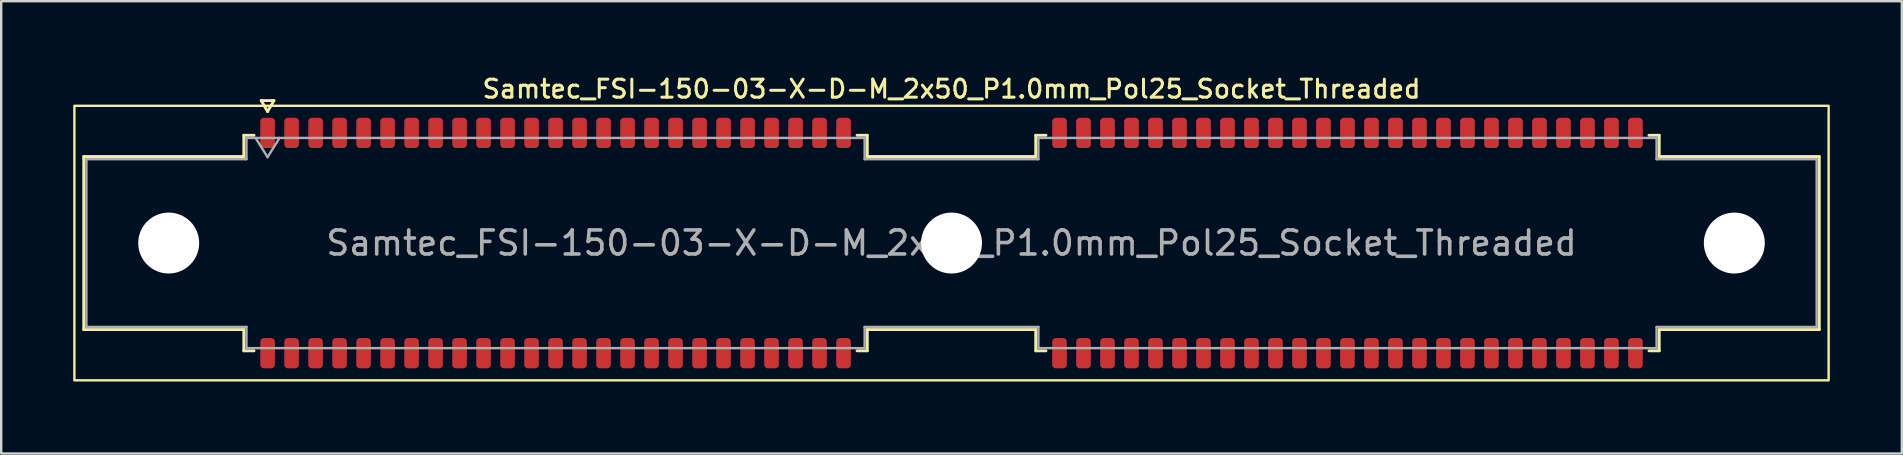
<source format=kicad_pcb>
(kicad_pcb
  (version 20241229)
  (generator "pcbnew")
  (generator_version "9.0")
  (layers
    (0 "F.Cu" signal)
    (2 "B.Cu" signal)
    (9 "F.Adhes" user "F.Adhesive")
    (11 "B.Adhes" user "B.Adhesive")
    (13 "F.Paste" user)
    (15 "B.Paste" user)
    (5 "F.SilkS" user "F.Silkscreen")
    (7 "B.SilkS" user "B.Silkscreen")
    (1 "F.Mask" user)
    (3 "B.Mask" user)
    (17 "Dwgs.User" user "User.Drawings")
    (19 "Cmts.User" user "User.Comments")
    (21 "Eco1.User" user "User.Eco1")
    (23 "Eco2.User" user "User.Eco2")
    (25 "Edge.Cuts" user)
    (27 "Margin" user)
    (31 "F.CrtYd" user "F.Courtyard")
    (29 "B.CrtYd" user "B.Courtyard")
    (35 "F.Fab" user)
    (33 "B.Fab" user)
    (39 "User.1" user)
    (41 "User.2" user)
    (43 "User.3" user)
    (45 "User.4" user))
  (footprint "Samtec_FSI-150-03-X-D-M_2x50_P1.0mm_Pol25_Socket_Threaded"
    (layer "F.Cu")
    (at 36.6 7.078)
    (property "Reference" "Samtec_FSI-150-03-X-D-M_2x50_P1.0mm_Pol25_Socket_Threaded" (at 0 -6.42 0) (layer "F.SilkS") (effects (font (size 0.75 0.75) (thickness 0.125))))
    (attr smd)
    (fp_line (start -36.16 -3.605) (end -29.49 -3.605) (stroke (width 0.12) (type solid)) (layer "F.SilkS"))
    (fp_line (start -36.16 3.605) (end -36.16 -3.605) (stroke (width 0.12) (type solid)) (layer "F.SilkS"))
    (fp_line (start -29.49 -4.49) (end -29.065 -4.49) (stroke (width 0.12) (type solid)) (layer "F.SilkS"))
    (fp_line (start -29.49 -3.605) (end -29.49 -4.49) (stroke (width 0.12) (type solid)) (layer "F.SilkS"))
    (fp_line (start -29.49 3.605) (end -36.16 3.605) (stroke (width 0.12) (type solid)) (layer "F.SilkS"))
    (fp_line (start -29.49 4.49) (end -29.49 3.605) (stroke (width 0.12) (type solid)) (layer "F.SilkS"))
    (fp_line (start -29.065 4.49) (end -29.49 4.49) (stroke (width 0.12) (type solid)) (layer "F.SilkS"))
    (fp_line (start -28.764 -5.938) (end -28.5 -5.48) (stroke (width 0.12) (type solid)) (layer "F.SilkS"))
    (fp_line (start -28.5 -5.48) (end -28.236 -5.938) (stroke (width 0.12) (type solid)) (layer "F.SilkS"))
    (fp_line (start -28.236 -5.938) (end -28.764 -5.938) (stroke (width 0.12) (type solid)) (layer "F.SilkS"))
    (fp_line (start -3.935 -4.49) (end -3.51 -4.49) (stroke (width 0.12) (type solid)) (layer "F.SilkS"))
    (fp_line (start -3.51 -4.49) (end -3.51 -3.605) (stroke (width 0.12) (type solid)) (layer "F.SilkS"))
    (fp_line (start -3.51 -3.605) (end 3.51 -3.605) (stroke (width 0.12) (type solid)) (layer "F.SilkS"))
    (fp_line (start -3.51 3.605) (end -3.51 4.49) (stroke (width 0.12) (type solid)) (layer "F.SilkS"))
    (fp_line (start -3.51 4.49) (end -3.935 4.49) (stroke (width 0.12) (type solid)) (layer "F.SilkS"))
    (fp_line (start 3.51 -4.49) (end 3.935 -4.49) (stroke (width 0.12) (type solid)) (layer "F.SilkS"))
    (fp_line (start 3.51 -3.605) (end 3.51 -4.49) (stroke (width 0.12) (type solid)) (layer "F.SilkS"))
    (fp_line (start 3.51 3.605) (end -3.51 3.605) (stroke (width 0.12) (type solid)) (layer "F.SilkS"))
    (fp_line (start 3.51 4.49) (end 3.51 3.605) (stroke (width 0.12) (type solid)) (layer "F.SilkS"))
    (fp_line (start 3.935 4.49) (end 3.51 4.49) (stroke (width 0.12) (type solid)) (layer "F.SilkS"))
    (fp_line (start 29.065 -4.49) (end 29.49 -4.49) (stroke (width 0.12) (type solid)) (layer "F.SilkS"))
    (fp_line (start 29.49 -4.49) (end 29.49 -3.605) (stroke (width 0.12) (type solid)) (layer "F.SilkS"))
    (fp_line (start 29.49 -3.605) (end 36.16 -3.605) (stroke (width 0.12) (type solid)) (layer "F.SilkS"))
    (fp_line (start 29.49 3.605) (end 29.49 4.49) (stroke (width 0.12) (type solid)) (layer "F.SilkS"))
    (fp_line (start 29.49 4.49) (end 29.065 4.49) (stroke (width 0.12) (type solid)) (layer "F.SilkS"))
    (fp_line (start 36.16 -3.605) (end 36.16 3.605) (stroke (width 0.12) (type solid)) (layer "F.SilkS"))
    (fp_line (start 36.16 3.605) (end 29.49 3.605) (stroke (width 0.12) (type solid)) (layer "F.SilkS"))
    (fp_rect (start -36.55 -5.72) (end 36.55 5.72) (stroke (width 0.1) (type solid)) (fill no) (layer "F.SilkS"))
    (fp_line (start -36.05 -3.495) (end -29.38 -3.495) (stroke (width 0.1) (type solid)) (layer "F.Fab"))
    (fp_line (start -36.05 3.495) (end -36.05 -3.495) (stroke (width 0.1) (type solid)) (layer "F.Fab"))
    (fp_line (start -29.38 -4.38) (end -3.62 -4.38) (stroke (width 0.1) (type solid)) (layer "F.Fab"))
    (fp_line (start -29.38 -3.495) (end -29.38 -4.38) (stroke (width 0.1) (type solid)) (layer "F.Fab"))
    (fp_line (start -29.38 3.495) (end -36.05 3.495) (stroke (width 0.1) (type solid)) (layer "F.Fab"))
    (fp_line (start -29.38 4.38) (end -29.38 3.495) (stroke (width 0.1) (type solid)) (layer "F.Fab"))
    (fp_line (start -29 -4.38) (end -28.5 -3.58) (stroke (width 0.1) (type solid)) (layer "F.Fab"))
    (fp_line (start -28.5 -3.58) (end -28 -4.38) (stroke (width 0.1) (type solid)) (layer "F.Fab"))
    (fp_line (start -3.62 -4.38) (end -3.62 -3.495) (stroke (width 0.1) (type solid)) (layer "F.Fab"))
    (fp_line (start -3.62 -3.495) (end 3.62 -3.495) (stroke (width 0.1) (type solid)) (layer "F.Fab"))
    (fp_line (start -3.62 3.495) (end -3.62 4.38) (stroke (width 0.1) (type solid)) (layer "F.Fab"))
    (fp_line (start -3.62 4.38) (end -29.38 4.38) (stroke (width 0.1) (type solid)) (layer "F.Fab"))
    (fp_line (start 3.62 -4.38) (end 29.38 -4.38) (stroke (width 0.1) (type solid)) (layer "F.Fab"))
    (fp_line (start 3.62 -3.495) (end 3.62 -4.38) (stroke (width 0.1) (type solid)) (layer "F.Fab"))
    (fp_line (start 3.62 3.495) (end -3.62 3.495) (stroke (width 0.1) (type solid)) (layer "F.Fab"))
    (fp_line (start 3.62 4.38) (end 3.62 3.495) (stroke (width 0.1) (type solid)) (layer "F.Fab"))
    (fp_line (start 29.38 -4.38) (end 29.38 -3.495) (stroke (width 0.1) (type solid)) (layer "F.Fab"))
    (fp_line (start 29.38 -3.495) (end 36.05 -3.495) (stroke (width 0.1) (type solid)) (layer "F.Fab"))
    (fp_line (start 29.38 3.495) (end 29.38 4.38) (stroke (width 0.1) (type solid)) (layer "F.Fab"))
    (fp_line (start 29.38 4.38) (end 3.62 4.38) (stroke (width 0.1) (type solid)) (layer "F.Fab"))
    (fp_line (start 36.05 -3.495) (end 36.05 3.495) (stroke (width 0.1) (type solid)) (layer "F.Fab"))
    (fp_line (start 36.05 3.495) (end 29.38 3.495) (stroke (width 0.1) (type solid)) (layer "F.Fab"))
    (fp_text user "${REFERENCE}" (at 0 0 0) (layer "F.Fab") (effects (font (size 1 1) (thickness 0.15))))
    (pad "" np_thru_hole circle (at -32.62 0) (size 2.54 2.54) (drill 2.54) (layers "*.Cu" "*.Mask"))
    (pad "" np_thru_hole circle (at 0 0) (size 2.54 2.54) (drill 2.54) (layers "*.Cu" "*.Mask"))
    (pad "" np_thru_hole circle (at 32.62 0) (size 2.54 2.54) (drill 2.54) (layers "*.Cu" "*.Mask"))
    (pad "1" smd roundrect (at -28.5 -4.59) (size 0.61 1.26) (layers "F.Cu" "F.Mask" "F.Paste") (roundrect_rratio 0.25))
    (pad "2" smd roundrect (at -28.5 4.59) (size 0.61 1.26) (layers "F.Cu" "F.Mask" "F.Paste") (roundrect_rratio 0.25))
    (pad "3" smd roundrect (at -27.5 -4.59) (size 0.61 1.26) (layers "F.Cu" "F.Mask" "F.Paste") (roundrect_rratio 0.25))
    (pad "4" smd roundrect (at -27.5 4.59) (size 0.61 1.26) (layers "F.Cu" "F.Mask" "F.Paste") (roundrect_rratio 0.25))
    (pad "5" smd roundrect (at -26.5 -4.59) (size 0.61 1.26) (layers "F.Cu" "F.Mask" "F.Paste") (roundrect_rratio 0.25))
    (pad "6" smd roundrect (at -26.5 4.59) (size 0.61 1.26) (layers "F.Cu" "F.Mask" "F.Paste") (roundrect_rratio 0.25))
    (pad "7" smd roundrect (at -25.5 -4.59) (size 0.61 1.26) (layers "F.Cu" "F.Mask" "F.Paste") (roundrect_rratio 0.25))
    (pad "8" smd roundrect (at -25.5 4.59) (size 0.61 1.26) (layers "F.Cu" "F.Mask" "F.Paste") (roundrect_rratio 0.25))
    (pad "9" smd roundrect (at -24.5 -4.59) (size 0.61 1.26) (layers "F.Cu" "F.Mask" "F.Paste") (roundrect_rratio 0.25))
    (pad "10" smd roundrect (at -24.5 4.59) (size 0.61 1.26) (layers "F.Cu" "F.Mask" "F.Paste") (roundrect_rratio 0.25))
    (pad "11" smd roundrect (at -23.5 -4.59) (size 0.61 1.26) (layers "F.Cu" "F.Mask" "F.Paste") (roundrect_rratio 0.25))
    (pad "12" smd roundrect (at -23.5 4.59) (size 0.61 1.26) (layers "F.Cu" "F.Mask" "F.Paste") (roundrect_rratio 0.25))
    (pad "13" smd roundrect (at -22.5 -4.59) (size 0.61 1.26) (layers "F.Cu" "F.Mask" "F.Paste") (roundrect_rratio 0.25))
    (pad "14" smd roundrect (at -22.5 4.59) (size 0.61 1.26) (layers "F.Cu" "F.Mask" "F.Paste") (roundrect_rratio 0.25))
    (pad "15" smd roundrect (at -21.5 -4.59) (size 0.61 1.26) (layers "F.Cu" "F.Mask" "F.Paste") (roundrect_rratio 0.25))
    (pad "16" smd roundrect (at -21.5 4.59) (size 0.61 1.26) (layers "F.Cu" "F.Mask" "F.Paste") (roundrect_rratio 0.25))
    (pad "17" smd roundrect (at -20.5 -4.59) (size 0.61 1.26) (layers "F.Cu" "F.Mask" "F.Paste") (roundrect_rratio 0.25))
    (pad "18" smd roundrect (at -20.5 4.59) (size 0.61 1.26) (layers "F.Cu" "F.Mask" "F.Paste") (roundrect_rratio 0.25))
    (pad "19" smd roundrect (at -19.5 -4.59) (size 0.61 1.26) (layers "F.Cu" "F.Mask" "F.Paste") (roundrect_rratio 0.25))
    (pad "20" smd roundrect (at -19.5 4.59) (size 0.61 1.26) (layers "F.Cu" "F.Mask" "F.Paste") (roundrect_rratio 0.25))
    (pad "21" smd roundrect (at -18.5 -4.59) (size 0.61 1.26) (layers "F.Cu" "F.Mask" "F.Paste") (roundrect_rratio 0.25))
    (pad "22" smd roundrect (at -18.5 4.59) (size 0.61 1.26) (layers "F.Cu" "F.Mask" "F.Paste") (roundrect_rratio 0.25))
    (pad "23" smd roundrect (at -17.5 -4.59) (size 0.61 1.26) (layers "F.Cu" "F.Mask" "F.Paste") (roundrect_rratio 0.25))
    (pad "24" smd roundrect (at -17.5 4.59) (size 0.61 1.26) (layers "F.Cu" "F.Mask" "F.Paste") (roundrect_rratio 0.25))
    (pad "25" smd roundrect (at -16.5 -4.59) (size 0.61 1.26) (layers "F.Cu" "F.Mask" "F.Paste") (roundrect_rratio 0.25))
    (pad "26" smd roundrect (at -16.5 4.59) (size 0.61 1.26) (layers "F.Cu" "F.Mask" "F.Paste") (roundrect_rratio 0.25))
    (pad "27" smd roundrect (at -15.5 -4.59) (size 0.61 1.26) (layers "F.Cu" "F.Mask" "F.Paste") (roundrect_rratio 0.25))
    (pad "28" smd roundrect (at -15.5 4.59) (size 0.61 1.26) (layers "F.Cu" "F.Mask" "F.Paste") (roundrect_rratio 0.25))
    (pad "29" smd roundrect (at -14.5 -4.59) (size 0.61 1.26) (layers "F.Cu" "F.Mask" "F.Paste") (roundrect_rratio 0.25))
    (pad "30" smd roundrect (at -14.5 4.59) (size 0.61 1.26) (layers "F.Cu" "F.Mask" "F.Paste") (roundrect_rratio 0.25))
    (pad "31" smd roundrect (at -13.5 -4.59) (size 0.61 1.26) (layers "F.Cu" "F.Mask" "F.Paste") (roundrect_rratio 0.25))
    (pad "32" smd roundrect (at -13.5 4.59) (size 0.61 1.26) (layers "F.Cu" "F.Mask" "F.Paste") (roundrect_rratio 0.25))
    (pad "33" smd roundrect (at -12.5 -4.59) (size 0.61 1.26) (layers "F.Cu" "F.Mask" "F.Paste") (roundrect_rratio 0.25))
    (pad "34" smd roundrect (at -12.5 4.59) (size 0.61 1.26) (layers "F.Cu" "F.Mask" "F.Paste") (roundrect_rratio 0.25))
    (pad "35" smd roundrect (at -11.5 -4.59) (size 0.61 1.26) (layers "F.Cu" "F.Mask" "F.Paste") (roundrect_rratio 0.25))
    (pad "36" smd roundrect (at -11.5 4.59) (size 0.61 1.26) (layers "F.Cu" "F.Mask" "F.Paste") (roundrect_rratio 0.25))
    (pad "37" smd roundrect (at -10.5 -4.59) (size 0.61 1.26) (layers "F.Cu" "F.Mask" "F.Paste") (roundrect_rratio 0.25))
    (pad "38" smd roundrect (at -10.5 4.59) (size 0.61 1.26) (layers "F.Cu" "F.Mask" "F.Paste") (roundrect_rratio 0.25))
    (pad "39" smd roundrect (at -9.5 -4.59) (size 0.61 1.26) (layers "F.Cu" "F.Mask" "F.Paste") (roundrect_rratio 0.25))
    (pad "40" smd roundrect (at -9.5 4.59) (size 0.61 1.26) (layers "F.Cu" "F.Mask" "F.Paste") (roundrect_rratio 0.25))
    (pad "41" smd roundrect (at -8.5 -4.59) (size 0.61 1.26) (layers "F.Cu" "F.Mask" "F.Paste") (roundrect_rratio 0.25))
    (pad "42" smd roundrect (at -8.5 4.59) (size 0.61 1.26) (layers "F.Cu" "F.Mask" "F.Paste") (roundrect_rratio 0.25))
    (pad "43" smd roundrect (at -7.5 -4.59) (size 0.61 1.26) (layers "F.Cu" "F.Mask" "F.Paste") (roundrect_rratio 0.25))
    (pad "44" smd roundrect (at -7.5 4.59) (size 0.61 1.26) (layers "F.Cu" "F.Mask" "F.Paste") (roundrect_rratio 0.25))
    (pad "45" smd roundrect (at -6.5 -4.59) (size 0.61 1.26) (layers "F.Cu" "F.Mask" "F.Paste") (roundrect_rratio 0.25))
    (pad "46" smd roundrect (at -6.5 4.59) (size 0.61 1.26) (layers "F.Cu" "F.Mask" "F.Paste") (roundrect_rratio 0.25))
    (pad "47" smd roundrect (at -5.5 -4.59) (size 0.61 1.26) (layers "F.Cu" "F.Mask" "F.Paste") (roundrect_rratio 0.25))
    (pad "48" smd roundrect (at -5.5 4.59) (size 0.61 1.26) (layers "F.Cu" "F.Mask" "F.Paste") (roundrect_rratio 0.25))
    (pad "49" smd roundrect (at -4.5 -4.59) (size 0.61 1.26) (layers "F.Cu" "F.Mask" "F.Paste") (roundrect_rratio 0.25))
    (pad "50" smd roundrect (at -4.5 4.59) (size 0.61 1.26) (layers "F.Cu" "F.Mask" "F.Paste") (roundrect_rratio 0.25))
    (pad "51" smd roundrect (at 4.5 -4.59) (size 0.61 1.26) (layers "F.Cu" "F.Mask" "F.Paste") (roundrect_rratio 0.25))
    (pad "52" smd roundrect (at 4.5 4.59) (size 0.61 1.26) (layers "F.Cu" "F.Mask" "F.Paste") (roundrect_rratio 0.25))
    (pad "53" smd roundrect (at 5.5 -4.59) (size 0.61 1.26) (layers "F.Cu" "F.Mask" "F.Paste") (roundrect_rratio 0.25))
    (pad "54" smd roundrect (at 5.5 4.59) (size 0.61 1.26) (layers "F.Cu" "F.Mask" "F.Paste") (roundrect_rratio 0.25))
    (pad "55" smd roundrect (at 6.5 -4.59) (size 0.61 1.26) (layers "F.Cu" "F.Mask" "F.Paste") (roundrect_rratio 0.25))
    (pad "56" smd roundrect (at 6.5 4.59) (size 0.61 1.26) (layers "F.Cu" "F.Mask" "F.Paste") (roundrect_rratio 0.25))
    (pad "57" smd roundrect (at 7.5 -4.59) (size 0.61 1.26) (layers "F.Cu" "F.Mask" "F.Paste") (roundrect_rratio 0.25))
    (pad "58" smd roundrect (at 7.5 4.59) (size 0.61 1.26) (layers "F.Cu" "F.Mask" "F.Paste") (roundrect_rratio 0.25))
    (pad "59" smd roundrect (at 8.5 -4.59) (size 0.61 1.26) (layers "F.Cu" "F.Mask" "F.Paste") (roundrect_rratio 0.25))
    (pad "60" smd roundrect (at 8.5 4.59) (size 0.61 1.26) (layers "F.Cu" "F.Mask" "F.Paste") (roundrect_rratio 0.25))
    (pad "61" smd roundrect (at 9.5 -4.59) (size 0.61 1.26) (layers "F.Cu" "F.Mask" "F.Paste") (roundrect_rratio 0.25))
    (pad "62" smd roundrect (at 9.5 4.59) (size 0.61 1.26) (layers "F.Cu" "F.Mask" "F.Paste") (roundrect_rratio 0.25))
    (pad "63" smd roundrect (at 10.5 -4.59) (size 0.61 1.26) (layers "F.Cu" "F.Mask" "F.Paste") (roundrect_rratio 0.25))
    (pad "64" smd roundrect (at 10.5 4.59) (size 0.61 1.26) (layers "F.Cu" "F.Mask" "F.Paste") (roundrect_rratio 0.25))
    (pad "65" smd roundrect (at 11.5 -4.59) (size 0.61 1.26) (layers "F.Cu" "F.Mask" "F.Paste") (roundrect_rratio 0.25))
    (pad "66" smd roundrect (at 11.5 4.59) (size 0.61 1.26) (layers "F.Cu" "F.Mask" "F.Paste") (roundrect_rratio 0.25))
    (pad "67" smd roundrect (at 12.5 -4.59) (size 0.61 1.26) (layers "F.Cu" "F.Mask" "F.Paste") (roundrect_rratio 0.25))
    (pad "68" smd roundrect (at 12.5 4.59) (size 0.61 1.26) (layers "F.Cu" "F.Mask" "F.Paste") (roundrect_rratio 0.25))
    (pad "69" smd roundrect (at 13.5 -4.59) (size 0.61 1.26) (layers "F.Cu" "F.Mask" "F.Paste") (roundrect_rratio 0.25))
    (pad "70" smd roundrect (at 13.5 4.59) (size 0.61 1.26) (layers "F.Cu" "F.Mask" "F.Paste") (roundrect_rratio 0.25))
    (pad "71" smd roundrect (at 14.5 -4.59) (size 0.61 1.26) (layers "F.Cu" "F.Mask" "F.Paste") (roundrect_rratio 0.25))
    (pad "72" smd roundrect (at 14.5 4.59) (size 0.61 1.26) (layers "F.Cu" "F.Mask" "F.Paste") (roundrect_rratio 0.25))
    (pad "73" smd roundrect (at 15.5 -4.59) (size 0.61 1.26) (layers "F.Cu" "F.Mask" "F.Paste") (roundrect_rratio 0.25))
    (pad "74" smd roundrect (at 15.5 4.59) (size 0.61 1.26) (layers "F.Cu" "F.Mask" "F.Paste") (roundrect_rratio 0.25))
    (pad "75" smd roundrect (at 16.5 -4.59) (size 0.61 1.26) (layers "F.Cu" "F.Mask" "F.Paste") (roundrect_rratio 0.25))
    (pad "76" smd roundrect (at 16.5 4.59) (size 0.61 1.26) (layers "F.Cu" "F.Mask" "F.Paste") (roundrect_rratio 0.25))
    (pad "77" smd roundrect (at 17.5 -4.59) (size 0.61 1.26) (layers "F.Cu" "F.Mask" "F.Paste") (roundrect_rratio 0.25))
    (pad "78" smd roundrect (at 17.5 4.59) (size 0.61 1.26) (layers "F.Cu" "F.Mask" "F.Paste") (roundrect_rratio 0.25))
    (pad "79" smd roundrect (at 18.5 -4.59) (size 0.61 1.26) (layers "F.Cu" "F.Mask" "F.Paste") (roundrect_rratio 0.25))
    (pad "80" smd roundrect (at 18.5 4.59) (size 0.61 1.26) (layers "F.Cu" "F.Mask" "F.Paste") (roundrect_rratio 0.25))
    (pad "81" smd roundrect (at 19.5 -4.59) (size 0.61 1.26) (layers "F.Cu" "F.Mask" "F.Paste") (roundrect_rratio 0.25))
    (pad "82" smd roundrect (at 19.5 4.59) (size 0.61 1.26) (layers "F.Cu" "F.Mask" "F.Paste") (roundrect_rratio 0.25))
    (pad "83" smd roundrect (at 20.5 -4.59) (size 0.61 1.26) (layers "F.Cu" "F.Mask" "F.Paste") (roundrect_rratio 0.25))
    (pad "84" smd roundrect (at 20.5 4.59) (size 0.61 1.26) (layers "F.Cu" "F.Mask" "F.Paste") (roundrect_rratio 0.25))
    (pad "85" smd roundrect (at 21.5 -4.59) (size 0.61 1.26) (layers "F.Cu" "F.Mask" "F.Paste") (roundrect_rratio 0.25))
    (pad "86" smd roundrect (at 21.5 4.59) (size 0.61 1.26) (layers "F.Cu" "F.Mask" "F.Paste") (roundrect_rratio 0.25))
    (pad "87" smd roundrect (at 22.5 -4.59) (size 0.61 1.26) (layers "F.Cu" "F.Mask" "F.Paste") (roundrect_rratio 0.25))
    (pad "88" smd roundrect (at 22.5 4.59) (size 0.61 1.26) (layers "F.Cu" "F.Mask" "F.Paste") (roundrect_rratio 0.25))
    (pad "89" smd roundrect (at 23.5 -4.59) (size 0.61 1.26) (layers "F.Cu" "F.Mask" "F.Paste") (roundrect_rratio 0.25))
    (pad "90" smd roundrect (at 23.5 4.59) (size 0.61 1.26) (layers "F.Cu" "F.Mask" "F.Paste") (roundrect_rratio 0.25))
    (pad "91" smd roundrect (at 24.5 -4.59) (size 0.61 1.26) (layers "F.Cu" "F.Mask" "F.Paste") (roundrect_rratio 0.25))
    (pad "92" smd roundrect (at 24.5 4.59) (size 0.61 1.26) (layers "F.Cu" "F.Mask" "F.Paste") (roundrect_rratio 0.25))
    (pad "93" smd roundrect (at 25.5 -4.59) (size 0.61 1.26) (layers "F.Cu" "F.Mask" "F.Paste") (roundrect_rratio 0.25))
    (pad "94" smd roundrect (at 25.5 4.59) (size 0.61 1.26) (layers "F.Cu" "F.Mask" "F.Paste") (roundrect_rratio 0.25))
    (pad "95" smd roundrect (at 26.5 -4.59) (size 0.61 1.26) (layers "F.Cu" "F.Mask" "F.Paste") (roundrect_rratio 0.25))
    (pad "96" smd roundrect (at 26.5 4.59) (size 0.61 1.26) (layers "F.Cu" "F.Mask" "F.Paste") (roundrect_rratio 0.25))
    (pad "97" smd roundrect (at 27.5 -4.59) (size 0.61 1.26) (layers "F.Cu" "F.Mask" "F.Paste") (roundrect_rratio 0.25))
    (pad "98" smd roundrect (at 27.5 4.59) (size 0.61 1.26) (layers "F.Cu" "F.Mask" "F.Paste") (roundrect_rratio 0.25))
    (pad "99" smd roundrect (at 28.5 -4.59) (size 0.61 1.26) (layers "F.Cu" "F.Mask" "F.Paste") (roundrect_rratio 0.25))
    (pad "100" smd roundrect (at 28.5 4.59) (size 0.61 1.26) (layers "F.Cu" "F.Mask" "F.Paste") (roundrect_rratio 0.25)))
  (gr_rect
    (start -3 -3)
    (end 76.2 15.848)
    (stroke (width 0.1) (type default))
    (fill no)
    (layer "Edge.Cuts")))
</source>
